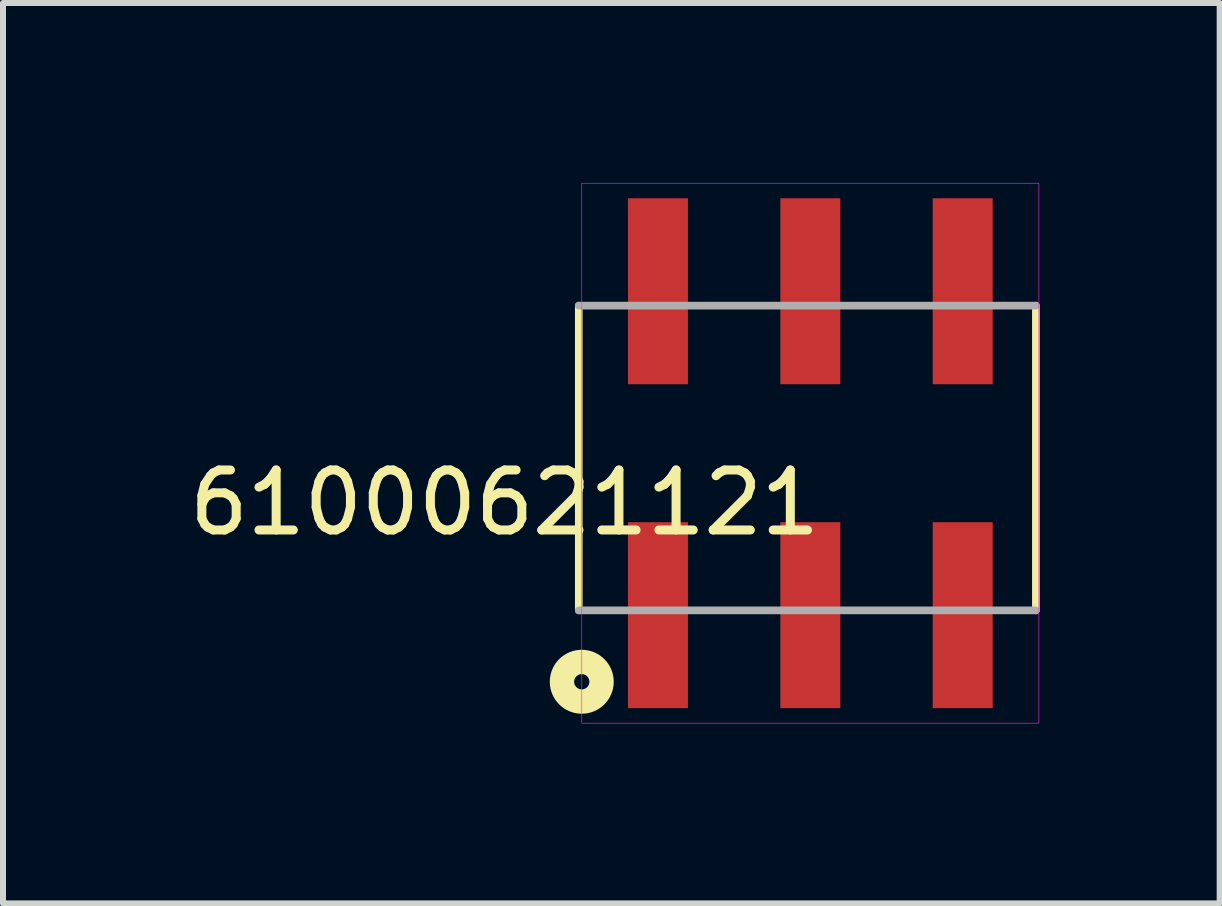
<source format=kicad_pcb>
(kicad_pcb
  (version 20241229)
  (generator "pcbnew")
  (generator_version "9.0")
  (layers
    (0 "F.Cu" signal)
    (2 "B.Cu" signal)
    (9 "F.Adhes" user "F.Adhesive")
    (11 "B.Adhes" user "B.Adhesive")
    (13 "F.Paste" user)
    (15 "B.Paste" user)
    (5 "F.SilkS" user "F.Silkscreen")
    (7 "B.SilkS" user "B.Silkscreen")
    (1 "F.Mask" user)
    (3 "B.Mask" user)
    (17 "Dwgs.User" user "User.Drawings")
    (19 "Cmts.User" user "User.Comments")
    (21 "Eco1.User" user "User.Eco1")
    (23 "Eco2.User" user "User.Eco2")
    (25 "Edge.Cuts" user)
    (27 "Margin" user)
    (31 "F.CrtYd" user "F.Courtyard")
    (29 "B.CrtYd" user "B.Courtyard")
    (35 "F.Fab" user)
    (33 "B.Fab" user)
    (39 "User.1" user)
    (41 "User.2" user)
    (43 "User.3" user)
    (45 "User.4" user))
  (footprint "61000621121"
    (layer "F.Cu")
    (at 12.998 4.505)
    (property "Reference" "61000621121" (at -7.635 0.825 180) (layer "F.SilkS") (effects (font (size 1 1) (thickness 0.15))))
    (attr through_hole)
    (fp_line (start -6.4 -2.46) (end -6.4 2.62) (stroke (width 0.127) (type solid)) (layer "F.SilkS"))
    (fp_line (start 1.22 2.62) (end 1.22 -2.46) (stroke (width 0.127) (type solid)) (layer "F.SilkS"))
    (fp_circle (center -6.35 3.81) (end -6.223 3.81) (stroke (width 0.406) (type solid)) (fill no) (layer "F.SilkS"))
    (fp_poly (pts (xy -6.35 -4.5) (xy 1.27 -4.5) (xy 1.27 4.5) (xy -6.35 4.5)) (stroke (width 0.01) (type solid)) (fill no) (layer "F.CrtYd"))
    (fp_line (start -6.4 2.62) (end 1.22 2.62) (stroke (width 0.127) (type solid)) (layer "F.Fab"))
    (fp_line (start 1.22 -2.46) (end -6.4 -2.46) (stroke (width 0.127) (type solid)) (layer "F.Fab"))
    (pad "1" smd rect (at -5.08 2.7 90) (size 3.1 1) (layers "F.Cu" "F.Mask" "F.Paste"))
    (pad "2" smd rect (at -2.54 2.7 90) (size 3.1 1) (layers "F.Cu" "F.Mask" "F.Paste"))
    (pad "3" smd rect (at 0 2.7 90) (size 3.1 1) (layers "F.Cu" "F.Mask" "F.Paste"))
    (pad "4" smd rect (at 0 -2.7 90) (size 3.1 1) (layers "F.Cu" "F.Mask" "F.Paste"))
    (pad "5" smd rect (at -2.54 -2.7 90) (size 3.1 1) (layers "F.Cu" "F.Mask" "F.Paste"))
    (pad "6" smd rect (at -5.08 -2.7 90) (size 3.1 1) (layers "F.Cu" "F.Mask" "F.Paste")))
  (gr_rect
    (start -3 -3)
    (end 17.282 12.01)
    (stroke (width 0.1) (type default))
    (fill no)
    (layer "Edge.Cuts")))
</source>
